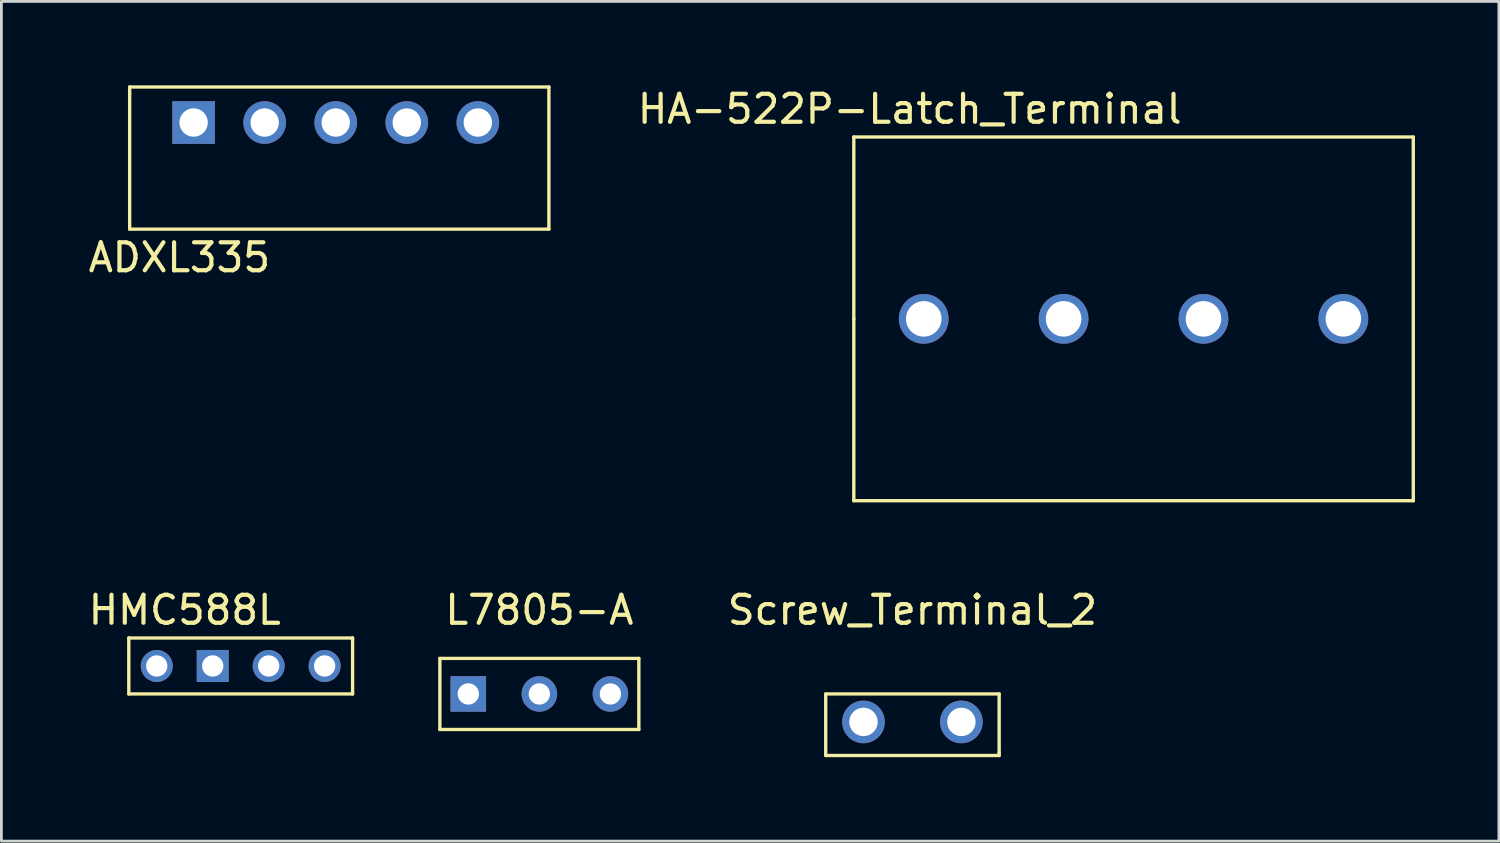
<source format=kicad_pcb>
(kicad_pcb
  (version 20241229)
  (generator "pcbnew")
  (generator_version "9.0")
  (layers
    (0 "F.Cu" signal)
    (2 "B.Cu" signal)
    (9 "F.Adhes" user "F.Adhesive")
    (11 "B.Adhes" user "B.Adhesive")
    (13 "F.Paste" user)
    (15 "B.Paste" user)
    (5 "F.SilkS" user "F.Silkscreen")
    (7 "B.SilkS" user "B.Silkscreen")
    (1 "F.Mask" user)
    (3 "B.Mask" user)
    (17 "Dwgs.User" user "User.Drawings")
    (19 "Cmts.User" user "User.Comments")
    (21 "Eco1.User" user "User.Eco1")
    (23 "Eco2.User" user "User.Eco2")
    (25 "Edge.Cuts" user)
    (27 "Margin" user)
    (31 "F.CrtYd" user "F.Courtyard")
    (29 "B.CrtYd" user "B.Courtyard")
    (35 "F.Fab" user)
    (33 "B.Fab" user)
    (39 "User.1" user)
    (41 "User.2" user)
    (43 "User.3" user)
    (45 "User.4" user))
  (footprint "ADXL335"
    (layer "F.Cu")
    (at 3.871 1.33)
    (property "Reference" "ADXL335" (at -0.508 4.826 0) (layer "F.SilkS") (effects (font (size 1 1) (thickness 0.15))))
    (attr through_hole)
    (fp_line (start -2.286 -1.27) (end 12.7 -1.27) (stroke (width 0.12) (type solid)) (layer "F.SilkS"))
    (fp_line (start -2.286 -1.016) (end -2.286 -1.27) (stroke (width 0.12) (type solid)) (layer "F.SilkS"))
    (fp_line (start -2.286 3.81) (end -2.286 -1.016) (stroke (width 0.12) (type solid)) (layer "F.SilkS"))
    (fp_line (start 12.7 -1.27) (end 12.7 3.81) (stroke (width 0.12) (type solid)) (layer "F.SilkS"))
    (fp_line (start 12.7 3.81) (end -2.286 3.81) (stroke (width 0.12) (type solid)) (layer "F.SilkS"))
    (pad "1" thru_hole rect (at 0 0) (size 1.524 1.524) (drill 1.016) (layers "*.Cu" "*.Mask"))
    (pad "2" thru_hole circle (at 2.54 0) (size 1.524 1.524) (drill 1.016) (layers "*.Cu" "*.Mask"))
    (pad "3" thru_hole circle (at 5.08 0) (size 1.524 1.524) (drill 1.016) (layers "*.Cu" "*.Mask"))
    (pad "4" thru_hole circle (at 7.62 0) (size 1.524 1.524) (drill 1.016) (layers "*.Cu" "*.Mask"))
    (pad "5" thru_hole circle (at 10.16 0) (size 1.524 1.524) (drill 1.016) (layers "*.Cu" "*.Mask")))
  (footprint "L7805-A"
    (layer "F.Cu")
    (at 16.23 21.756)
    (property "Reference" "L7805-A" (at 0 -3 0) (layer "F.SilkS") (effects (font (size 1 1) (thickness 0.15))))
    (attr through_hole)
    (fp_line (start -3.556 -1.27) (end -3.556 1.27) (stroke (width 0.12) (type solid)) (layer "F.SilkS"))
    (fp_line (start -3.556 1.27) (end 3.556 1.27) (stroke (width 0.12) (type solid)) (layer "F.SilkS"))
    (fp_line (start 3.556 -1.27) (end -3.556 -1.27) (stroke (width 0.12) (type solid)) (layer "F.SilkS"))
    (fp_line (start 3.556 1.27) (end 3.556 -1.27) (stroke (width 0.12) (type solid)) (layer "F.SilkS"))
    (pad "1" thru_hole rect (at -2.54 0) (size 1.27 1.27) (drill 0.762) (layers "*.Cu" "*.Mask"))
    (pad "2" thru_hole circle (at 0 0) (size 1.27 1.27) (drill 0.762) (layers "*.Cu" "*.Mask"))
    (pad "3" thru_hole circle (at 2.54 0) (size 1.27 1.27) (drill 0.762) (layers "*.Cu" "*.Mask")))
  (footprint "HA-522P-Latch_Terminal"
    (layer "F.Cu")
    (at 29.97 8.348)
    (property "Reference" "HA-522P-Latch_Terminal" (at -0.5 -7.5 0) (layer "F.SilkS") (effects (font (size 1 1) (thickness 0.15))))
    (attr through_hole)
    (fp_line (start -2.5 -6.5) (end -2.5 0) (stroke (width 0.12) (type solid)) (layer "F.SilkS"))
    (fp_line (start -2.5 0) (end -2.5 6.5) (stroke (width 0.12) (type solid)) (layer "F.SilkS"))
    (fp_line (start -2.5 6.5) (end 17.5 6.5) (stroke (width 0.12) (type solid)) (layer "F.SilkS"))
    (fp_line (start 17.5 -6.5) (end -2.5 -6.5) (stroke (width 0.12) (type solid)) (layer "F.SilkS"))
    (fp_line (start 17.5 6.5) (end 17.5 -6.5) (stroke (width 0.12) (type solid)) (layer "F.SilkS"))
    (pad "1" thru_hole circle (at 0 0) (size 1.778 1.778) (drill 1.27) (layers "*.Cu" "*.Mask"))
    (pad "2" thru_hole circle (at 5 0) (size 1.778 1.778) (drill 1.27) (layers "*.Cu" "*.Mask"))
    (pad "3" thru_hole circle (at 10 0) (size 1.778 1.778) (drill 1.27) (layers "*.Cu" "*.Mask"))
    (pad "4" thru_hole circle (at 15 0) (size 1.778 1.778) (drill 1.27) (layers "*.Cu" "*.Mask")))
  (footprint "Screw_Terminal_2"
    (layer "F.Cu")
    (at 29.566 22.756)
    (property "Reference" "Screw_Terminal_2" (at 0 -4 0) (layer "F.SilkS") (effects (font (size 1 1) (thickness 0.15))))
    (attr through_hole)
    (fp_line (start -3.1 -1) (end -3.1 1.2) (stroke (width 0.12) (type solid)) (layer "F.SilkS"))
    (fp_line (start -3.1 -1) (end 3.1 -1) (stroke (width 0.12) (type solid)) (layer "F.SilkS"))
    (fp_line (start -3.1 1.2) (end 3.1 1.2) (stroke (width 0.12) (type solid)) (layer "F.SilkS"))
    (fp_line (start 3.1 -1) (end 3.1 1.1) (stroke (width 0.12) (type solid)) (layer "F.SilkS"))
    (fp_line (start 3.1 1.2) (end 3.1 1.1) (stroke (width 0.12) (type solid)) (layer "F.SilkS"))
    (pad "1" thru_hole circle (at -1.75 0) (size 1.524 1.524) (drill 1.016) (layers "*.Cu" "*.Mask"))
    (pad "2" thru_hole circle (at 1.75 0) (size 1.524 1.524) (drill 1.016) (layers "*.Cu" "*.Mask")))
  (footprint "HMC588L"
    (layer "F.Cu")
    (at 5.554 20.756)
    (property "Reference" "HMC588L" (at -2 -2 0) (layer "F.SilkS") (effects (font (size 1 1) (thickness 0.15))))
    (attr through_hole)
    (fp_line (start -4 -1) (end -4 1) (stroke (width 0.12) (type solid)) (layer "F.SilkS"))
    (fp_line (start -4 1) (end 4 1) (stroke (width 0.12) (type solid)) (layer "F.SilkS"))
    (fp_line (start 4 -1) (end -4 -1) (stroke (width 0.12) (type solid)) (layer "F.SilkS"))
    (fp_line (start 4 1) (end 4 -1) (stroke (width 0.12) (type solid)) (layer "F.SilkS"))
    (pad "1" thru_hole circle (at -3 0) (size 1.143 1.143) (drill 0.762) (layers "*.Cu" "*.Mask"))
    (pad "2" thru_hole rect (at -1 0) (size 1.143 1.143) (drill 0.762) (layers "*.Cu" "*.Mask"))
    (pad "3" thru_hole circle (at 1 0) (size 1.143 1.143) (drill 0.762) (layers "*.Cu" "*.Mask"))
    (pad "4" thru_hole circle (at 3 0) (size 1.143 1.143) (drill 0.762) (layers "*.Cu" "*.Mask")))
  (gr_rect
    (start -3 -3)
    (end 50.53 27.017)
    (stroke (width 0.1) (type default))
    (fill no)
    (layer "Edge.Cuts")))
</source>
